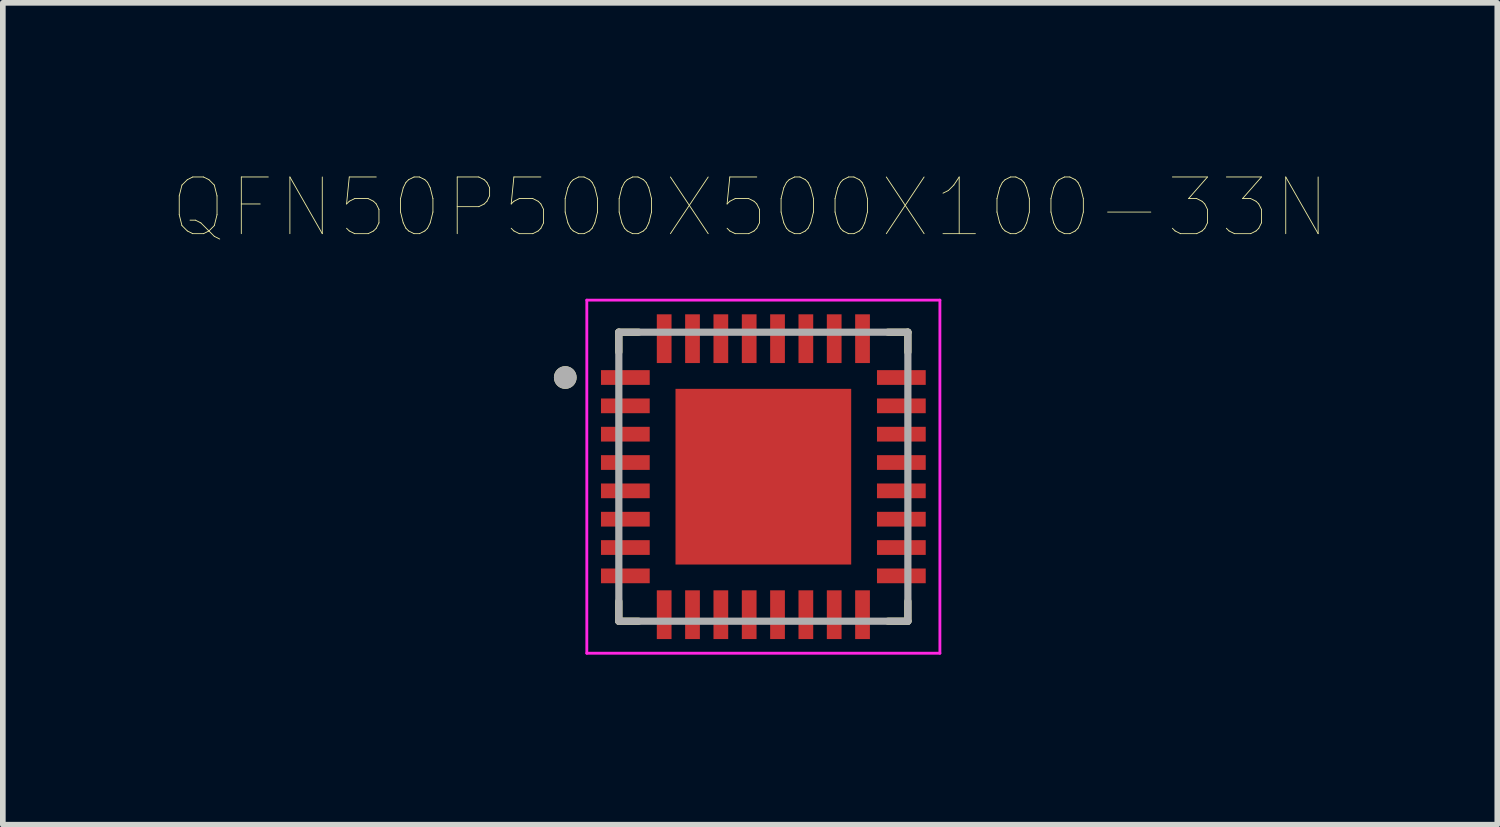
<source format=kicad_pcb>
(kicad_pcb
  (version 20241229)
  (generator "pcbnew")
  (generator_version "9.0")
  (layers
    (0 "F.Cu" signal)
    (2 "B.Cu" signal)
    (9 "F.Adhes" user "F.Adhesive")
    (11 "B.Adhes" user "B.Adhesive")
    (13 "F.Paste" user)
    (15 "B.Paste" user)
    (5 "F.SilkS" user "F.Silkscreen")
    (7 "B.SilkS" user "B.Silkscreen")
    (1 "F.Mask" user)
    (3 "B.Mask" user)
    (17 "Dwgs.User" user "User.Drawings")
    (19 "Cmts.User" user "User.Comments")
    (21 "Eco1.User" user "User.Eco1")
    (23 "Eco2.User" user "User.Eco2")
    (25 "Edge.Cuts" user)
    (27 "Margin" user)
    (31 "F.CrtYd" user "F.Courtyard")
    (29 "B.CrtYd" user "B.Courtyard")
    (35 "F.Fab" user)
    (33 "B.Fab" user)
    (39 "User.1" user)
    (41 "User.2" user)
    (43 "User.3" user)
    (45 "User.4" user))
  (footprint "QFN50P500X500X100-33N"
    (layer "F.Cu")
    (at 10.419 5.361)
    (property "Reference" "QFN50P500X500X100-33N" (at -0.235 -4.75 0) (layer "F.SilkS") (effects (font (size 1 1) (thickness 0.015))))
    (attr through_hole)
    (fp_line (start -2.55 -2.55) (end -2.55 -2.2) (stroke (width 0.127) (type solid)) (layer "F.SilkS"))
    (fp_line (start -2.55 -2.55) (end -2.2 -2.55) (stroke (width 0.127) (type solid)) (layer "F.SilkS"))
    (fp_line (start -2.55 2.55) (end -2.55 2.2) (stroke (width 0.127) (type solid)) (layer "F.SilkS"))
    (fp_line (start -2.55 2.55) (end -2.2 2.55) (stroke (width 0.127) (type solid)) (layer "F.SilkS"))
    (fp_line (start 2.55 -2.55) (end 2.2 -2.55) (stroke (width 0.127) (type solid)) (layer "F.SilkS"))
    (fp_line (start 2.55 -2.55) (end 2.55 -2.2) (stroke (width 0.127) (type solid)) (layer "F.SilkS"))
    (fp_line (start 2.55 2.55) (end 2.2 2.55) (stroke (width 0.127) (type solid)) (layer "F.SilkS"))
    (fp_line (start 2.55 2.55) (end 2.55 2.2) (stroke (width 0.127) (type solid)) (layer "F.SilkS"))
    (fp_circle (center -3.495 -1.75) (end -3.395 -1.75) (stroke (width 0.2) (type solid)) (fill no) (layer "F.SilkS"))
    (fp_poly (pts (xy -0.98 -0.98) (xy 0.98 -0.98) (xy 0.98 0.98) (xy -0.98 0.98)) (stroke (width 0.01) (type solid)) (fill yes) (layer "F.Paste"))
    (fp_line (start -3.115 -3.115) (end 3.115 -3.115) (stroke (width 0.05) (type solid)) (layer "F.CrtYd"))
    (fp_line (start -3.115 3.115) (end -3.115 -3.115) (stroke (width 0.05) (type solid)) (layer "F.CrtYd"))
    (fp_line (start -3.115 3.115) (end 3.115 3.115) (stroke (width 0.05) (type solid)) (layer "F.CrtYd"))
    (fp_line (start 3.115 3.115) (end 3.115 -3.115) (stroke (width 0.05) (type solid)) (layer "F.CrtYd"))
    (fp_line (start -2.55 2.55) (end -2.55 -2.55) (stroke (width 0.127) (type solid)) (layer "F.Fab"))
    (fp_line (start 2.55 -2.55) (end -2.55 -2.55) (stroke (width 0.127) (type solid)) (layer "F.Fab"))
    (fp_line (start 2.55 2.55) (end -2.55 2.55) (stroke (width 0.127) (type solid)) (layer "F.Fab"))
    (fp_line (start 2.55 2.55) (end 2.55 -2.55) (stroke (width 0.127) (type solid)) (layer "F.Fab"))
    (fp_circle (center -3.495 -1.75) (end -3.395 -1.75) (stroke (width 0.2) (type solid)) (fill no) (layer "F.Fab"))
    (pad "1" smd rect (at -2.435 -1.75) (size 0.86 0.26) (layers "F.Cu" "F.Mask" "F.Paste"))
    (pad "2" smd rect (at -2.435 -1.25) (size 0.86 0.26) (layers "F.Cu" "F.Mask" "F.Paste"))
    (pad "3" smd rect (at -2.435 -0.75) (size 0.86 0.26) (layers "F.Cu" "F.Mask" "F.Paste"))
    (pad "4" smd rect (at -2.435 -0.25) (size 0.86 0.26) (layers "F.Cu" "F.Mask" "F.Paste"))
    (pad "5" smd rect (at -2.435 0.25) (size 0.86 0.26) (layers "F.Cu" "F.Mask" "F.Paste"))
    (pad "6" smd rect (at -2.435 0.75) (size 0.86 0.26) (layers "F.Cu" "F.Mask" "F.Paste"))
    (pad "7" smd rect (at -2.435 1.25) (size 0.86 0.26) (layers "F.Cu" "F.Mask" "F.Paste"))
    (pad "8" smd rect (at -2.435 1.75) (size 0.86 0.26) (layers "F.Cu" "F.Mask" "F.Paste"))
    (pad "9" smd rect (at -1.75 2.435) (size 0.26 0.86) (layers "F.Cu" "F.Mask" "F.Paste"))
    (pad "10" smd rect (at -1.25 2.435) (size 0.26 0.86) (layers "F.Cu" "F.Mask" "F.Paste"))
    (pad "11" smd rect (at -0.75 2.435) (size 0.26 0.86) (layers "F.Cu" "F.Mask" "F.Paste"))
    (pad "12" smd rect (at -0.25 2.435) (size 0.26 0.86) (layers "F.Cu" "F.Mask" "F.Paste"))
    (pad "13" smd rect (at 0.25 2.435) (size 0.26 0.86) (layers "F.Cu" "F.Mask" "F.Paste"))
    (pad "14" smd rect (at 0.75 2.435) (size 0.26 0.86) (layers "F.Cu" "F.Mask" "F.Paste"))
    (pad "15" smd rect (at 1.25 2.435) (size 0.26 0.86) (layers "F.Cu" "F.Mask" "F.Paste"))
    (pad "16" smd rect (at 1.75 2.435) (size 0.26 0.86) (layers "F.Cu" "F.Mask" "F.Paste"))
    (pad "17" smd rect (at 2.435 1.75) (size 0.86 0.26) (layers "F.Cu" "F.Mask" "F.Paste"))
    (pad "18" smd rect (at 2.435 1.25) (size 0.86 0.26) (layers "F.Cu" "F.Mask" "F.Paste"))
    (pad "19" smd rect (at 2.435 0.75) (size 0.86 0.26) (layers "F.Cu" "F.Mask" "F.Paste"))
    (pad "20" smd rect (at 2.435 0.25) (size 0.86 0.26) (layers "F.Cu" "F.Mask" "F.Paste"))
    (pad "21" smd rect (at 2.435 -0.25) (size 0.86 0.26) (layers "F.Cu" "F.Mask" "F.Paste"))
    (pad "22" smd rect (at 2.435 -0.75) (size 0.86 0.26) (layers "F.Cu" "F.Mask" "F.Paste"))
    (pad "23" smd rect (at 2.435 -1.25) (size 0.86 0.26) (layers "F.Cu" "F.Mask" "F.Paste"))
    (pad "24" smd rect (at 2.435 -1.75) (size 0.86 0.26) (layers "F.Cu" "F.Mask" "F.Paste"))
    (pad "25" smd rect (at 1.75 -2.435) (size 0.26 0.86) (layers "F.Cu" "F.Mask" "F.Paste"))
    (pad "26" smd rect (at 1.25 -2.435) (size 0.26 0.86) (layers "F.Cu" "F.Mask" "F.Paste"))
    (pad "27" smd rect (at 0.75 -2.435) (size 0.26 0.86) (layers "F.Cu" "F.Mask" "F.Paste"))
    (pad "28" smd rect (at 0.25 -2.435) (size 0.26 0.86) (layers "F.Cu" "F.Mask" "F.Paste"))
    (pad "29" smd rect (at -0.25 -2.435) (size 0.26 0.86) (layers "F.Cu" "F.Mask" "F.Paste"))
    (pad "30" smd rect (at -0.75 -2.435) (size 0.26 0.86) (layers "F.Cu" "F.Mask" "F.Paste"))
    (pad "31" smd rect (at -1.25 -2.435) (size 0.26 0.86) (layers "F.Cu" "F.Mask" "F.Paste"))
    (pad "32" smd rect (at -1.75 -2.435) (size 0.26 0.86) (layers "F.Cu" "F.Mask" "F.Paste"))
    (pad "33" smd rect (at 0 0) (size 3.1 3.1) (layers "F.Cu" "F.Mask")))
  (gr_rect
    (start -3 -3)
    (end 23.369 11.501)
    (stroke (width 0.1) (type default))
    (fill no)
    (layer "Edge.Cuts")))
</source>
